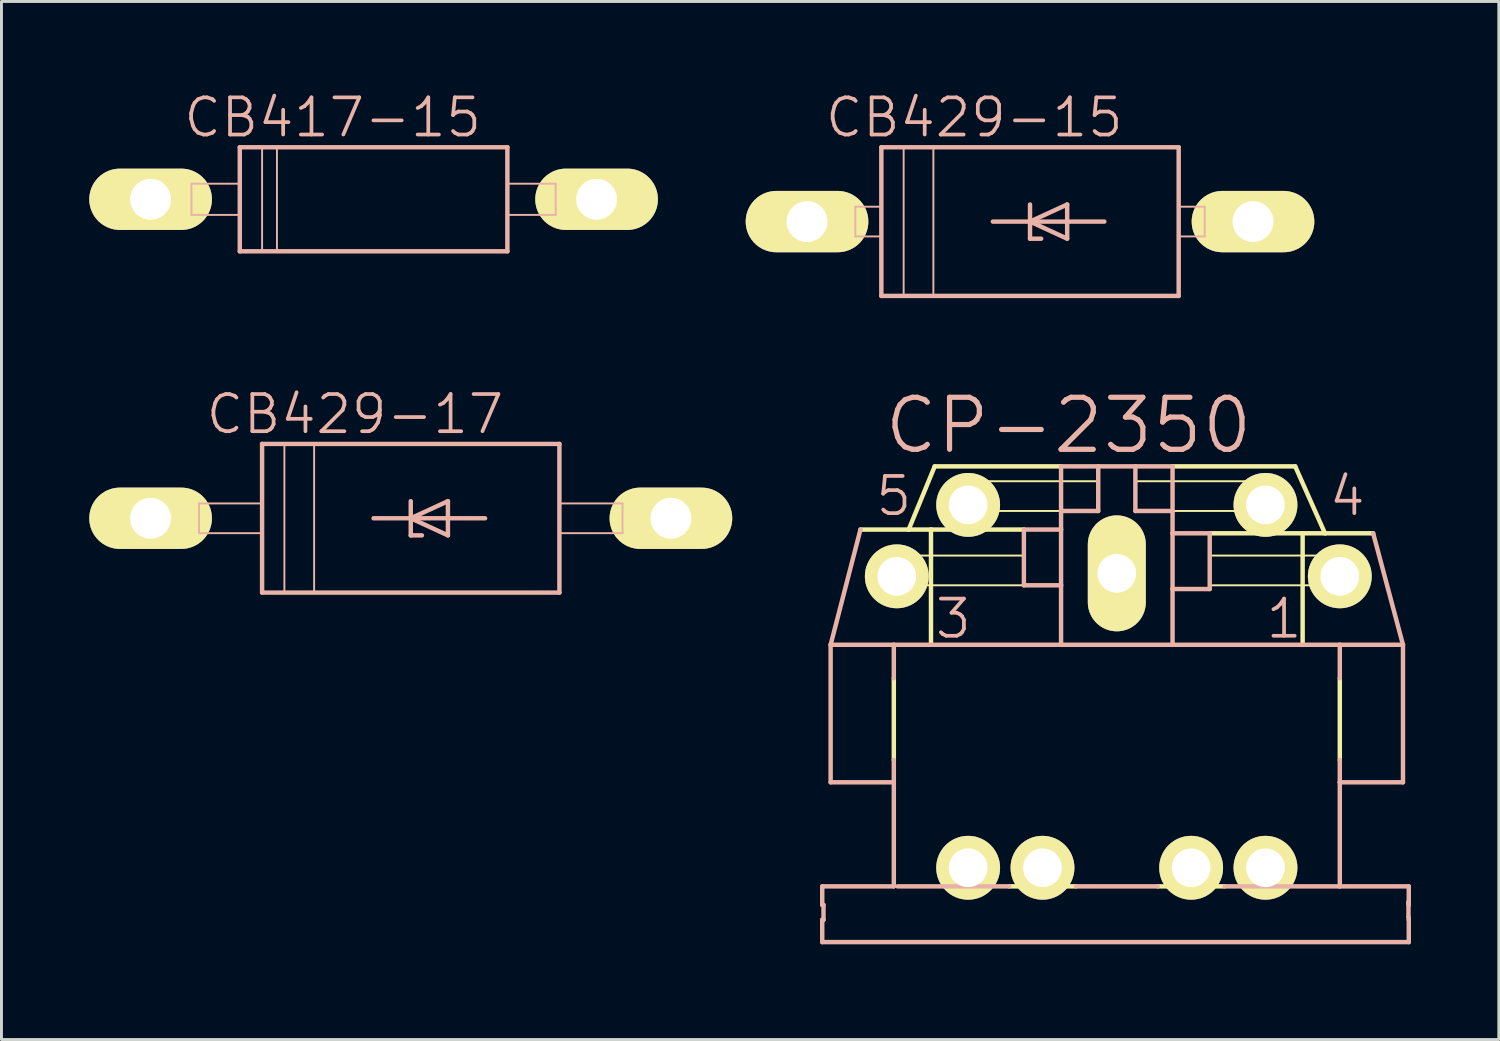
<source format=kicad_pcb>
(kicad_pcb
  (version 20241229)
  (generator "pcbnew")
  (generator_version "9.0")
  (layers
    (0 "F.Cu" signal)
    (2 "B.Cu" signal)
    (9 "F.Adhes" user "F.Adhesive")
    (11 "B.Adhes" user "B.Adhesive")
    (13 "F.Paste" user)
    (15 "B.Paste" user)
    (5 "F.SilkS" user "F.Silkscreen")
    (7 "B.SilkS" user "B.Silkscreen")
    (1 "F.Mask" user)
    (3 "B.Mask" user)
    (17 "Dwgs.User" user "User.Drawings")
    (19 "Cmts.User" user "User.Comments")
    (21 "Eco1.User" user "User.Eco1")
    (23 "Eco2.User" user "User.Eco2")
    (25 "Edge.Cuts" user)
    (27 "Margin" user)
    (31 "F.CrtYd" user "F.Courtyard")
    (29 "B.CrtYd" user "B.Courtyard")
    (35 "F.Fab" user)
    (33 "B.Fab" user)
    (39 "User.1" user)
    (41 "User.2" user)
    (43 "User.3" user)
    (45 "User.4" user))
  (footprint "CP-2350"
    (layer "F.Cu")
    (at 35.113 29.222)
    (property "Reference" "CP-2350" (at -1.651 -17.732 0) (layer "B.SilkS") (effects (font (size 1.778 1.778) (thickness 0.178))))
    (attr exclude_from_pos_files exclude_from_bom)
    (fp_line (start -8.76 -14.176) (end -7.112 -14.176) (stroke (width 0.152) (type solid)) (layer "F.SilkS"))
    (fp_line (start -8.001 -13.287) (end -3.175 -13.287) (stroke (width 0.066) (type solid)) (layer "F.SilkS"))
    (fp_line (start -8.001 -12.271) (end -8.001 -13.287) (stroke (width 0.066) (type solid)) (layer "F.SilkS"))
    (fp_line (start -8.001 -12.271) (end -3.175 -12.271) (stroke (width 0.066) (type solid)) (layer "F.SilkS"))
    (fp_line (start -7.62 -9.096) (end -7.62 -6.302) (stroke (width 0.152) (type solid)) (layer "F.SilkS"))
    (fp_line (start -7.112 -14.176) (end -6.223 -16.335) (stroke (width 0.152) (type solid)) (layer "F.SilkS"))
    (fp_line (start -6.35 -14.176) (end -7.112 -14.176) (stroke (width 0.152) (type solid)) (layer "F.SilkS"))
    (fp_line (start -6.35 -14.176) (end -6.35 -10.239) (stroke (width 0.152) (type solid)) (layer "F.SilkS"))
    (fp_line (start -5.461 -15.827) (end -0.635 -15.827) (stroke (width 0.066) (type solid)) (layer "F.SilkS"))
    (fp_line (start -5.461 -14.811) (end -5.461 -15.827) (stroke (width 0.066) (type solid)) (layer "F.SilkS"))
    (fp_line (start -5.461 -14.811) (end -0.635 -14.811) (stroke (width 0.066) (type solid)) (layer "F.SilkS"))
    (fp_line (start -3.175 -14.176) (end -6.35 -14.176) (stroke (width 0.152) (type solid)) (layer "F.SilkS"))
    (fp_line (start -3.175 -12.271) (end -3.175 -13.287) (stroke (width 0.066) (type solid)) (layer "F.SilkS"))
    (fp_line (start -1.905 -16.335) (end -6.223 -16.335) (stroke (width 0.152) (type solid)) (layer "F.SilkS"))
    (fp_line (start -1.397 -1.984) (end -3.683 -1.984) (stroke (width 0.152) (type solid)) (layer "F.SilkS"))
    (fp_line (start -0.635 -14.811) (end -0.635 -15.827) (stroke (width 0.066) (type solid)) (layer "F.SilkS"))
    (fp_line (start 0.635 -15.827) (end 5.461 -15.827) (stroke (width 0.066) (type solid)) (layer "F.SilkS"))
    (fp_line (start 0.635 -14.811) (end 0.635 -15.827) (stroke (width 0.066) (type solid)) (layer "F.SilkS"))
    (fp_line (start 0.635 -14.811) (end 5.461 -14.811) (stroke (width 0.066) (type solid)) (layer "F.SilkS"))
    (fp_line (start 3.175 -13.287) (end 8.001 -13.287) (stroke (width 0.066) (type solid)) (layer "F.SilkS"))
    (fp_line (start 3.175 -12.271) (end 3.175 -13.287) (stroke (width 0.066) (type solid)) (layer "F.SilkS"))
    (fp_line (start 3.175 -12.271) (end 8.001 -12.271) (stroke (width 0.066) (type solid)) (layer "F.SilkS"))
    (fp_line (start 3.683 -1.984) (end 1.397 -1.984) (stroke (width 0.152) (type solid)) (layer "F.SilkS"))
    (fp_line (start 5.461 -14.811) (end 5.461 -15.827) (stroke (width 0.066) (type solid)) (layer "F.SilkS"))
    (fp_line (start 6.096 -16.335) (end 1.905 -16.335) (stroke (width 0.152) (type solid)) (layer "F.SilkS"))
    (fp_line (start 6.096 -16.335) (end 7.112 -14.049) (stroke (width 0.152) (type solid)) (layer "F.SilkS"))
    (fp_line (start 6.35 -14.049) (end 3.175 -14.049) (stroke (width 0.152) (type solid)) (layer "F.SilkS"))
    (fp_line (start 6.35 -14.049) (end 6.35 -10.239) (stroke (width 0.152) (type solid)) (layer "F.SilkS"))
    (fp_line (start 7.112 -14.049) (end 6.35 -14.049) (stroke (width 0.152) (type solid)) (layer "F.SilkS"))
    (fp_line (start 7.62 -9.096) (end 7.62 -6.302) (stroke (width 0.152) (type solid)) (layer "F.SilkS"))
    (fp_line (start 8.001 -12.271) (end 8.001 -13.287) (stroke (width 0.066) (type solid)) (layer "F.SilkS"))
    (fp_line (start 8.76 -14.049) (end 7.112 -14.049) (stroke (width 0.152) (type solid)) (layer "F.SilkS"))
    (fp_line (start -10.066 -1.349) (end -10.066 -1.984) (stroke (width 0.152) (type solid)) (layer "B.SilkS"))
    (fp_line (start -10.066 -1.349) (end -10.023 -1.349) (stroke (width 0.152) (type solid)) (layer "B.SilkS"))
    (fp_line (start -10.066 -0.079) (end -10.066 -0.841) (stroke (width 0.152) (type solid)) (layer "B.SilkS"))
    (fp_line (start -10.066 -0.079) (end 9.977 -0.079) (stroke (width 0.152) (type solid)) (layer "B.SilkS"))
    (fp_line (start -10.023 -0.841) (end -10.066 -0.841) (stroke (width 0.152) (type solid)) (layer "B.SilkS"))
    (fp_line (start -10.023 -0.841) (end -10.023 -1.349) (stroke (width 0.152) (type solid)) (layer "B.SilkS"))
    (fp_line (start -9.779 -5.54) (end -9.779 -10.239) (stroke (width 0.152) (type solid)) (layer "B.SilkS"))
    (fp_line (start -9.779 -5.54) (end -7.62 -5.54) (stroke (width 0.152) (type solid)) (layer "B.SilkS"))
    (fp_line (start -8.76 -14.176) (end -9.779 -10.239) (stroke (width 0.152) (type solid)) (layer "B.SilkS"))
    (fp_line (start -7.62 -10.239) (end -9.779 -10.239) (stroke (width 0.152) (type solid)) (layer "B.SilkS"))
    (fp_line (start -7.62 -10.239) (end -7.62 -9.096) (stroke (width 0.152) (type solid)) (layer "B.SilkS"))
    (fp_line (start -7.62 -5.54) (end -7.62 -6.302) (stroke (width 0.152) (type solid)) (layer "B.SilkS"))
    (fp_line (start -7.62 -1.984) (end -10.066 -1.984) (stroke (width 0.152) (type solid)) (layer "B.SilkS"))
    (fp_line (start -7.62 -1.984) (end -7.62 -5.54) (stroke (width 0.152) (type solid)) (layer "B.SilkS"))
    (fp_line (start -7.493 -1.984) (end -3.683 -1.984) (stroke (width 0.152) (type solid)) (layer "B.SilkS"))
    (fp_line (start -3.175 -14.176) (end -3.175 -12.271) (stroke (width 0.152) (type solid)) (layer "B.SilkS"))
    (fp_line (start -1.905 -16.335) (end -1.905 -14.811) (stroke (width 0.152) (type solid)) (layer "B.SilkS"))
    (fp_line (start -1.905 -14.811) (end -1.905 -14.176) (stroke (width 0.152) (type solid)) (layer "B.SilkS"))
    (fp_line (start -1.905 -14.811) (end -0.635 -14.811) (stroke (width 0.152) (type solid)) (layer "B.SilkS"))
    (fp_line (start -1.905 -14.176) (end -3.175 -14.176) (stroke (width 0.152) (type solid)) (layer "B.SilkS"))
    (fp_line (start -1.905 -14.176) (end -1.905 -12.271) (stroke (width 0.152) (type solid)) (layer "B.SilkS"))
    (fp_line (start -1.905 -12.271) (end -3.175 -12.271) (stroke (width 0.152) (type solid)) (layer "B.SilkS"))
    (fp_line (start -1.905 -12.271) (end -1.905 -10.239) (stroke (width 0.152) (type solid)) (layer "B.SilkS"))
    (fp_line (start -1.905 -10.239) (end -7.62 -10.239) (stroke (width 0.152) (type solid)) (layer "B.SilkS"))
    (fp_line (start -1.397 -1.984) (end 1.397 -1.984) (stroke (width 0.152) (type solid)) (layer "B.SilkS"))
    (fp_line (start -0.635 -16.335) (end -1.905 -16.335) (stroke (width 0.152) (type solid)) (layer "B.SilkS"))
    (fp_line (start -0.635 -16.335) (end -0.635 -14.811) (stroke (width 0.152) (type solid)) (layer "B.SilkS"))
    (fp_line (start 0.635 -16.335) (end -0.635 -16.335) (stroke (width 0.152) (type solid)) (layer "B.SilkS"))
    (fp_line (start 0.635 -16.335) (end 0.635 -14.811) (stroke (width 0.152) (type solid)) (layer "B.SilkS"))
    (fp_line (start 1.905 -16.335) (end 0.635 -16.335) (stroke (width 0.152) (type solid)) (layer "B.SilkS"))
    (fp_line (start 1.905 -16.335) (end 1.905 -14.811) (stroke (width 0.152) (type solid)) (layer "B.SilkS"))
    (fp_line (start 1.905 -14.811) (end 0.635 -14.811) (stroke (width 0.152) (type solid)) (layer "B.SilkS"))
    (fp_line (start 1.905 -14.811) (end 1.905 -14.049) (stroke (width 0.152) (type solid)) (layer "B.SilkS"))
    (fp_line (start 1.905 -14.049) (end 1.905 -12.144) (stroke (width 0.152) (type solid)) (layer "B.SilkS"))
    (fp_line (start 1.905 -12.144) (end 1.905 -10.239) (stroke (width 0.152) (type solid)) (layer "B.SilkS"))
    (fp_line (start 1.905 -12.144) (end 3.175 -12.144) (stroke (width 0.152) (type solid)) (layer "B.SilkS"))
    (fp_line (start 1.905 -10.239) (end -1.905 -10.239) (stroke (width 0.152) (type solid)) (layer "B.SilkS"))
    (fp_line (start 3.175 -14.049) (end 1.905 -14.049) (stroke (width 0.152) (type solid)) (layer "B.SilkS"))
    (fp_line (start 3.175 -14.049) (end 3.175 -12.144) (stroke (width 0.152) (type solid)) (layer "B.SilkS"))
    (fp_line (start 3.683 -1.984) (end 7.62 -1.984) (stroke (width 0.152) (type solid)) (layer "B.SilkS"))
    (fp_line (start 7.62 -10.239) (end 1.905 -10.239) (stroke (width 0.152) (type solid)) (layer "B.SilkS"))
    (fp_line (start 7.62 -10.239) (end 7.62 -9.096) (stroke (width 0.152) (type solid)) (layer "B.SilkS"))
    (fp_line (start 7.62 -5.54) (end 7.62 -6.302) (stroke (width 0.152) (type solid)) (layer "B.SilkS"))
    (fp_line (start 7.62 -1.984) (end 7.62 -5.54) (stroke (width 0.152) (type solid)) (layer "B.SilkS"))
    (fp_line (start 8.76 -14.049) (end 9.779 -10.239) (stroke (width 0.152) (type solid)) (layer "B.SilkS"))
    (fp_line (start 9.779 -10.239) (end 7.62 -10.239) (stroke (width 0.152) (type solid)) (layer "B.SilkS"))
    (fp_line (start 9.779 -5.54) (end 7.62 -5.54) (stroke (width 0.152) (type solid)) (layer "B.SilkS"))
    (fp_line (start 9.779 -5.54) (end 9.779 -10.239) (stroke (width 0.152) (type solid)) (layer "B.SilkS"))
    (fp_line (start 9.967 -1.448) (end 9.977 -1.349) (stroke (width 0.152) (type solid)) (layer "B.SilkS"))
    (fp_line (start 9.967 -0.94) (end 9.967 -1.448) (stroke (width 0.152) (type solid)) (layer "B.SilkS"))
    (fp_line (start 9.967 -0.94) (end 9.977 -0.841) (stroke (width 0.152) (type solid)) (layer "B.SilkS"))
    (fp_line (start 9.977 -1.984) (end 7.62 -1.984) (stroke (width 0.152) (type solid)) (layer "B.SilkS"))
    (fp_line (start 9.977 -1.984) (end 9.977 -1.349) (stroke (width 0.152) (type solid)) (layer "B.SilkS"))
    (fp_line (start 9.977 -0.079) (end 9.977 -0.841) (stroke (width 0.152) (type solid)) (layer "B.SilkS"))
    (fp_text user "3" (at -5.588 -11.128 0) (layer "B.SilkS") (effects (font (size 1.27 1.27) (thickness 0.127))))
    (fp_text user "1" (at 5.715 -11.128 0) (layer "B.SilkS") (effects (font (size 1.27 1.27) (thickness 0.127))))
    (fp_text user "5" (at -7.62 -15.319 0) (layer "B.SilkS") (effects (font (size 1.27 1.27) (thickness 0.127))))
    (fp_text user "4" (at 7.874 -15.319 0) (layer "B.SilkS") (effects (font (size 1.27 1.27) (thickness 0.127))))
    (pad "1" thru_hole circle (at 7.62 -12.578) (size 2.182 2.182) (drill 1.321) (layers "*.Cu" "F.Mask" "F.SilkS" "F.Paste"))
    (pad "2" thru_hole oval (at 0 -12.68 180) (size 1.981 3.962) (drill 1.321) (layers "*.Cu" "F.Mask" "F.SilkS" "F.Paste"))
    (pad "3" thru_hole circle (at -7.518 -12.578 180) (size 2.182 2.182) (drill 1.321) (layers "*.Cu" "F.Mask" "F.SilkS" "F.Paste"))
    (pad "4" thru_hole circle (at 5.08 -15.019 180) (size 2.182 2.182) (drill 1.321) (layers "*.Cu" "F.Mask" "F.SilkS" "F.Paste"))
    (pad "5" thru_hole circle (at -5.08 -15.019 180) (size 2.182 2.182) (drill 1.321) (layers "*.Cu" "F.Mask" "F.SilkS" "F.Paste"))
    (pad "PE" thru_hole circle (at -2.54 -2.619 180) (size 2.182 2.182) (drill 1.321) (layers "*.Cu" "F.Mask" "F.SilkS" "F.Paste"))
    (pad "PE1" thru_hole circle (at -5.08 -2.619 180) (size 2.182 2.182) (drill 1.321) (layers "*.Cu" "F.Mask" "F.SilkS" "F.Paste"))
    (pad "PE2" thru_hole circle (at 5.08 -2.619 180) (size 2.182 2.182) (drill 1.321) (layers "*.Cu" "F.Mask" "F.SilkS" "F.Paste"))
    (pad "PE@" thru_hole circle (at 2.54 -2.619 180) (size 2.182 2.182) (drill 1.321) (layers "*.Cu" "F.Mask" "F.SilkS" "F.Paste")))
  (footprint "CB429-15"
    (layer "F.Cu")
    (at 32.147 4.522)
    (property "Reference" "CB429-15" (at -1.905 -3.556 0) (layer "B.SilkS") (effects (font (size 1.27 1.27) (thickness 0.127))))
    (attr exclude_from_pos_files exclude_from_bom)
    (fp_line (start -7.62 0) (end -6.096 0) (stroke (width 1.016) (type solid)) (layer "F.SilkS"))
    (fp_line (start 7.62 0) (end 6.096 0) (stroke (width 1.016) (type solid)) (layer "F.SilkS"))
    (fp_line (start -5.969 -0.508) (end -5.08 -0.508) (stroke (width 0.066) (type solid)) (layer "B.SilkS"))
    (fp_line (start -5.969 0.508) (end -5.969 -0.508) (stroke (width 0.066) (type solid)) (layer "B.SilkS"))
    (fp_line (start -5.969 0.508) (end -5.08 0.508) (stroke (width 0.066) (type solid)) (layer "B.SilkS"))
    (fp_line (start -5.08 -2.54) (end 5.08 -2.54) (stroke (width 0.152) (type solid)) (layer "B.SilkS"))
    (fp_line (start -5.08 0.508) (end -5.08 -0.508) (stroke (width 0.066) (type solid)) (layer "B.SilkS"))
    (fp_line (start -5.08 2.54) (end -5.08 -2.54) (stroke (width 0.152) (type solid)) (layer "B.SilkS"))
    (fp_line (start -4.318 -2.54) (end -3.302 -2.54) (stroke (width 0.066) (type solid)) (layer "B.SilkS"))
    (fp_line (start -4.318 2.54) (end -4.318 -2.54) (stroke (width 0.066) (type solid)) (layer "B.SilkS"))
    (fp_line (start -4.318 2.54) (end -3.302 2.54) (stroke (width 0.066) (type solid)) (layer "B.SilkS"))
    (fp_line (start -3.302 2.54) (end -3.302 -2.54) (stroke (width 0.066) (type solid)) (layer "B.SilkS"))
    (fp_line (start -1.27 0) (end 0 0) (stroke (width 0.152) (type solid)) (layer "B.SilkS"))
    (fp_line (start 0 -0.584) (end 0 0) (stroke (width 0.152) (type solid)) (layer "B.SilkS"))
    (fp_line (start 0 0) (end 0 0.584) (stroke (width 0.152) (type solid)) (layer "B.SilkS"))
    (fp_line (start 0 0) (end 1.27 -0.584) (stroke (width 0.152) (type solid)) (layer "B.SilkS"))
    (fp_line (start 0 0) (end 2.54 0) (stroke (width 0.152) (type solid)) (layer "B.SilkS"))
    (fp_line (start 0 0.584) (end 0.381 0.584) (stroke (width 0.152) (type solid)) (layer "B.SilkS"))
    (fp_line (start 1.27 -0.584) (end 1.27 0.584) (stroke (width 0.152) (type solid)) (layer "B.SilkS"))
    (fp_line (start 1.27 0.584) (end 0 0) (stroke (width 0.152) (type solid)) (layer "B.SilkS"))
    (fp_line (start 5.08 -2.54) (end 5.08 2.54) (stroke (width 0.152) (type solid)) (layer "B.SilkS"))
    (fp_line (start 5.08 -0.508) (end 5.969 -0.508) (stroke (width 0.066) (type solid)) (layer "B.SilkS"))
    (fp_line (start 5.08 0.508) (end 5.08 -0.508) (stroke (width 0.066) (type solid)) (layer "B.SilkS"))
    (fp_line (start 5.08 0.508) (end 5.969 0.508) (stroke (width 0.066) (type solid)) (layer "B.SilkS"))
    (fp_line (start 5.08 2.54) (end -5.08 2.54) (stroke (width 0.152) (type solid)) (layer "B.SilkS"))
    (fp_line (start 5.969 0.508) (end 5.969 -0.508) (stroke (width 0.066) (type solid)) (layer "B.SilkS"))
    (pad "A" thru_hole oval (at 7.62 0 90) (size 2.095 4.191) (drill 1.397) (layers "*.Cu" "F.Mask" "F.SilkS" "F.Paste"))
    (pad "C" thru_hole oval (at -7.62 0 90) (size 2.095 4.191) (drill 1.397) (layers "*.Cu" "F.Mask" "F.SilkS" "F.Paste")))
  (footprint "CB417-15"
    (layer "F.Cu")
    (at 9.716 3.76)
    (property "Reference" "CB417-15" (at -1.397 -2.794 0) (layer "B.SilkS") (effects (font (size 1.27 1.27) (thickness 0.127))))
    (attr exclude_from_pos_files exclude_from_bom)
    (fp_line (start -7.62 0) (end -6.35 0) (stroke (width 1.118) (type solid)) (layer "F.SilkS"))
    (fp_line (start 7.62 0) (end 6.35 0) (stroke (width 1.118) (type solid)) (layer "F.SilkS"))
    (fp_line (start -6.223 -0.533) (end -4.572 -0.533) (stroke (width 0.066) (type solid)) (layer "B.SilkS"))
    (fp_line (start -6.223 0.533) (end -6.223 -0.533) (stroke (width 0.066) (type solid)) (layer "B.SilkS"))
    (fp_line (start -6.223 0.533) (end -4.572 0.533) (stroke (width 0.066) (type solid)) (layer "B.SilkS"))
    (fp_line (start -4.572 0.533) (end -4.572 -0.533) (stroke (width 0.066) (type solid)) (layer "B.SilkS"))
    (fp_line (start -4.572 1.778) (end -4.572 -1.778) (stroke (width 0.152) (type solid)) (layer "B.SilkS"))
    (fp_line (start -4.572 1.778) (end 4.572 1.778) (stroke (width 0.152) (type solid)) (layer "B.SilkS"))
    (fp_line (start -3.81 -1.778) (end -3.302 -1.778) (stroke (width 0.066) (type solid)) (layer "B.SilkS"))
    (fp_line (start -3.81 1.778) (end -3.81 -1.778) (stroke (width 0.066) (type solid)) (layer "B.SilkS"))
    (fp_line (start -3.81 1.778) (end -3.302 1.778) (stroke (width 0.066) (type solid)) (layer "B.SilkS"))
    (fp_line (start -3.302 1.778) (end -3.302 -1.778) (stroke (width 0.066) (type solid)) (layer "B.SilkS"))
    (fp_line (start 4.572 -1.778) (end -4.572 -1.778) (stroke (width 0.152) (type solid)) (layer "B.SilkS"))
    (fp_line (start 4.572 -1.778) (end 4.572 1.778) (stroke (width 0.152) (type solid)) (layer "B.SilkS"))
    (fp_line (start 4.572 -0.533) (end 6.223 -0.533) (stroke (width 0.066) (type solid)) (layer "B.SilkS"))
    (fp_line (start 4.572 0.533) (end 4.572 -0.533) (stroke (width 0.066) (type solid)) (layer "B.SilkS"))
    (fp_line (start 4.572 0.533) (end 6.223 0.533) (stroke (width 0.066) (type solid)) (layer "B.SilkS"))
    (fp_line (start 6.223 0.533) (end 6.223 -0.533) (stroke (width 0.066) (type solid)) (layer "B.SilkS"))
    (pad "A" thru_hole oval (at 7.62 0 90) (size 2.095 4.191) (drill 1.397) (layers "*.Cu" "F.Mask" "F.SilkS" "F.Paste"))
    (pad "C" thru_hole oval (at -7.62 0 90) (size 2.095 4.191) (drill 1.397) (layers "*.Cu" "F.Mask" "F.SilkS" "F.Paste")))
  (footprint "CB429-17"
    (layer "F.Cu")
    (at 10.986 14.66)
    (property "Reference" "CB429-17" (at -1.905 -3.556 0) (layer "B.SilkS") (effects (font (size 1.27 1.27) (thickness 0.127))))
    (attr exclude_from_pos_files exclude_from_bom)
    (fp_line (start -8.89 0) (end -7.366 0) (stroke (width 1.016) (type solid)) (layer "F.SilkS"))
    (fp_line (start 8.89 0) (end 7.366 0) (stroke (width 1.016) (type solid)) (layer "F.SilkS"))
    (fp_line (start -7.236 -0.508) (end -5.08 -0.508) (stroke (width 0.066) (type solid)) (layer "B.SilkS"))
    (fp_line (start -7.236 0.508) (end -7.236 -0.508) (stroke (width 0.066) (type solid)) (layer "B.SilkS"))
    (fp_line (start -7.236 0.508) (end -5.08 0.508) (stroke (width 0.066) (type solid)) (layer "B.SilkS"))
    (fp_line (start -5.08 -2.54) (end 5.08 -2.54) (stroke (width 0.152) (type solid)) (layer "B.SilkS"))
    (fp_line (start -5.08 0.508) (end -5.08 -0.508) (stroke (width 0.066) (type solid)) (layer "B.SilkS"))
    (fp_line (start -5.08 2.54) (end -5.08 -2.54) (stroke (width 0.152) (type solid)) (layer "B.SilkS"))
    (fp_line (start -4.318 -2.54) (end -3.302 -2.54) (stroke (width 0.066) (type solid)) (layer "B.SilkS"))
    (fp_line (start -4.318 2.54) (end -4.318 -2.54) (stroke (width 0.066) (type solid)) (layer "B.SilkS"))
    (fp_line (start -4.318 2.54) (end -3.302 2.54) (stroke (width 0.066) (type solid)) (layer "B.SilkS"))
    (fp_line (start -3.302 2.54) (end -3.302 -2.54) (stroke (width 0.066) (type solid)) (layer "B.SilkS"))
    (fp_line (start -1.27 0) (end 0 0) (stroke (width 0.152) (type solid)) (layer "B.SilkS"))
    (fp_line (start 0 -0.584) (end 0 0) (stroke (width 0.152) (type solid)) (layer "B.SilkS"))
    (fp_line (start 0 0) (end 0 0.584) (stroke (width 0.152) (type solid)) (layer "B.SilkS"))
    (fp_line (start 0 0) (end 1.27 -0.584) (stroke (width 0.152) (type solid)) (layer "B.SilkS"))
    (fp_line (start 0 0) (end 2.54 0) (stroke (width 0.152) (type solid)) (layer "B.SilkS"))
    (fp_line (start 0 0.584) (end 0.381 0.584) (stroke (width 0.152) (type solid)) (layer "B.SilkS"))
    (fp_line (start 1.27 -0.584) (end 1.27 0.584) (stroke (width 0.152) (type solid)) (layer "B.SilkS"))
    (fp_line (start 1.27 0.584) (end 0 0) (stroke (width 0.152) (type solid)) (layer "B.SilkS"))
    (fp_line (start 5.08 -2.54) (end 5.08 2.54) (stroke (width 0.152) (type solid)) (layer "B.SilkS"))
    (fp_line (start 5.08 -0.508) (end 7.236 -0.508) (stroke (width 0.066) (type solid)) (layer "B.SilkS"))
    (fp_line (start 5.08 0.508) (end 5.08 -0.508) (stroke (width 0.066) (type solid)) (layer "B.SilkS"))
    (fp_line (start 5.08 0.508) (end 7.236 0.508) (stroke (width 0.066) (type solid)) (layer "B.SilkS"))
    (fp_line (start 5.08 2.54) (end -5.08 2.54) (stroke (width 0.152) (type solid)) (layer "B.SilkS"))
    (fp_line (start 7.236 0.508) (end 7.236 -0.508) (stroke (width 0.066) (type solid)) (layer "B.SilkS"))
    (pad "A" thru_hole oval (at 8.89 0 90) (size 2.095 4.191) (drill 1.397) (layers "*.Cu" "F.Mask" "F.SilkS" "F.Paste"))
    (pad "C" thru_hole oval (at -8.89 0 90) (size 2.095 4.191) (drill 1.397) (layers "*.Cu" "F.Mask" "F.SilkS" "F.Paste")))
  (gr_rect
    (start -3 -3)
    (end 48.167 32.472)
    (stroke (width 0.1) (type default))
    (fill no)
    (layer "Edge.Cuts")))
</source>
